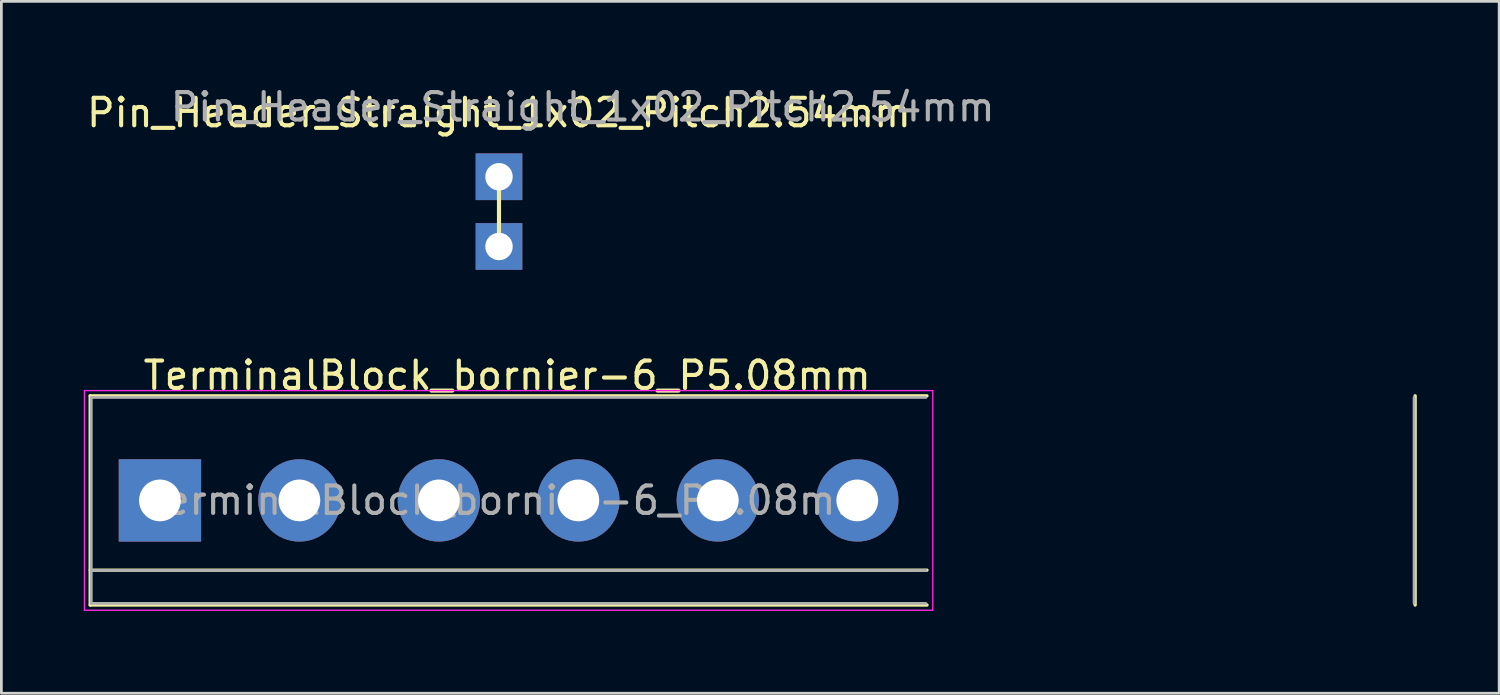
<source format=kicad_pcb>
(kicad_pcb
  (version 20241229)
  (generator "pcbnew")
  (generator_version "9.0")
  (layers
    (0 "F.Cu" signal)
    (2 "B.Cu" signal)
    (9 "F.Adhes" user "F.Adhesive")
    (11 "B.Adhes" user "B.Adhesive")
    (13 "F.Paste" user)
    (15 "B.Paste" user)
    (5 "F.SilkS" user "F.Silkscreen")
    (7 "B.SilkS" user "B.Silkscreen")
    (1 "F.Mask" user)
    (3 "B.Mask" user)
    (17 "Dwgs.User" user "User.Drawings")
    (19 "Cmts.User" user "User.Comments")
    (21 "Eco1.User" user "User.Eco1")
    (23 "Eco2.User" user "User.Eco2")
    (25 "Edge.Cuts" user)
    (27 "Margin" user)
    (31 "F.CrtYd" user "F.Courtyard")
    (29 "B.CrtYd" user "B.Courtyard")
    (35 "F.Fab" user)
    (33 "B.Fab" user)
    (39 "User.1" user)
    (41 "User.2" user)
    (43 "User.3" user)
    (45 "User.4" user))
  (footprint "TerminalBlock_bornier-6_P5.08mm"
    (layer "F.Cu")
    (at 2.775 15.177)
    (property "Reference" "TerminalBlock_bornier-6_P5.08mm" (at 12.65 -4.55 0) (layer "F.SilkS") (effects (font (size 1 1) (thickness 0.15))))
    (attr through_hole)
    (fp_line (start -2.54 -3.81) (end -2.54 3.81) (stroke (width 0.12) (type solid)) (layer "F.SilkS"))
    (fp_line (start -2.54 -3.81) (end 27.94 -3.81) (stroke (width 0.12) (type solid)) (layer "F.SilkS"))
    (fp_line (start -2.54 2.54) (end 27.94 2.54) (stroke (width 0.12) (type solid)) (layer "F.SilkS"))
    (fp_line (start -2.54 3.81) (end 27.94 3.81) (stroke (width 0.12) (type solid)) (layer "F.SilkS"))
    (fp_line (start 45.72 3.81) (end 45.72 -3.81) (stroke (width 0.12) (type solid)) (layer "F.SilkS"))
    (fp_line (start -2.75 -4) (end -2.75 4) (stroke (width 0.05) (type solid)) (layer "F.CrtYd"))
    (fp_line (start -2.75 -4) (end 28.15 -4) (stroke (width 0.05) (type solid)) (layer "F.CrtYd"))
    (fp_line (start 28.15 4) (end -2.75 4) (stroke (width 0.05) (type solid)) (layer "F.CrtYd"))
    (fp_line (start 28.15 4) (end 28.15 -4) (stroke (width 0.05) (type solid)) (layer "F.CrtYd"))
    (fp_line (start -2.5 -3.75) (end -2.5 3.75) (stroke (width 0.1) (type solid)) (layer "F.Fab"))
    (fp_line (start -2.5 2.55) (end 27.9 2.55) (stroke (width 0.1) (type solid)) (layer "F.Fab"))
    (fp_line (start -2.5 3.75) (end 27.9 3.75) (stroke (width 0.1) (type solid)) (layer "F.Fab"))
    (fp_line (start 27.9 -3.75) (end -2.5 -3.75) (stroke (width 0.1) (type solid)) (layer "F.Fab"))
    (fp_line (start 45.68 3.75) (end 45.68 -3.75) (stroke (width 0.1) (type solid)) (layer "F.Fab"))
    (fp_text user "${REFERENCE}" (at 12.7 0 0) (layer "F.Fab") (effects (font (size 1 1) (thickness 0.15))))
    (pad "1" thru_hole rect (at 0 0) (size 3 3) (drill 1.52) (layers "*.Cu" "*.Mask"))
    (pad "2" thru_hole circle (at 5.08 0) (size 3 3) (drill 1.52) (layers "*.Cu" "*.Mask"))
    (pad "3" thru_hole circle (at 10.16 0) (size 3 3) (drill 1.52) (layers "*.Cu" "*.Mask"))
    (pad "4" thru_hole circle (at 15.24 0) (size 3 3) (drill 1.52) (layers "*.Cu" "*.Mask"))
    (pad "5" thru_hole circle (at 20.32 0) (size 3 3) (drill 1.52) (layers "*.Cu" "*.Mask"))
    (pad "6" thru_hole circle (at 25.4 0) (size 3 3) (drill 1.52) (layers "*.Cu" "*.Mask")))
  (footprint "Pin_Header_Straight_1x02_Pitch2.54mm"
    (layer "F.Cu")
    (at 15.125 3.388)
    (property "Reference" "Pin_Header_Straight_1x02_Pitch2.54mm" (at 0 -2.33 0) (layer "F.SilkS") (effects (font (size 1 1) (thickness 0.15))))
    (attr through_hole)
    (fp_line (start 0 2.032) (end 0 0.508) (stroke (width 0.15) (type solid)) (layer "F.SilkS"))
    (fp_text user "${REFERENCE}" (at 3.048 -2.54 180) (layer "F.Fab") (effects (font (size 1 1) (thickness 0.15))))
    (pad "1" thru_hole rect (at 0 0) (size 1.7 1.7) (drill 1) (layers "*.Cu" "*.Mask"))
    (pad "2" thru_hole rect (at 0 2.54) (size 1.7 1.7) (drill 1) (layers "*.Cu" "*.Mask")))
  (gr_rect
    (start -3 -3)
    (end 51.555 22.201)
    (stroke (width 0.1) (type default))
    (fill no)
    (layer "Edge.Cuts")))
</source>
